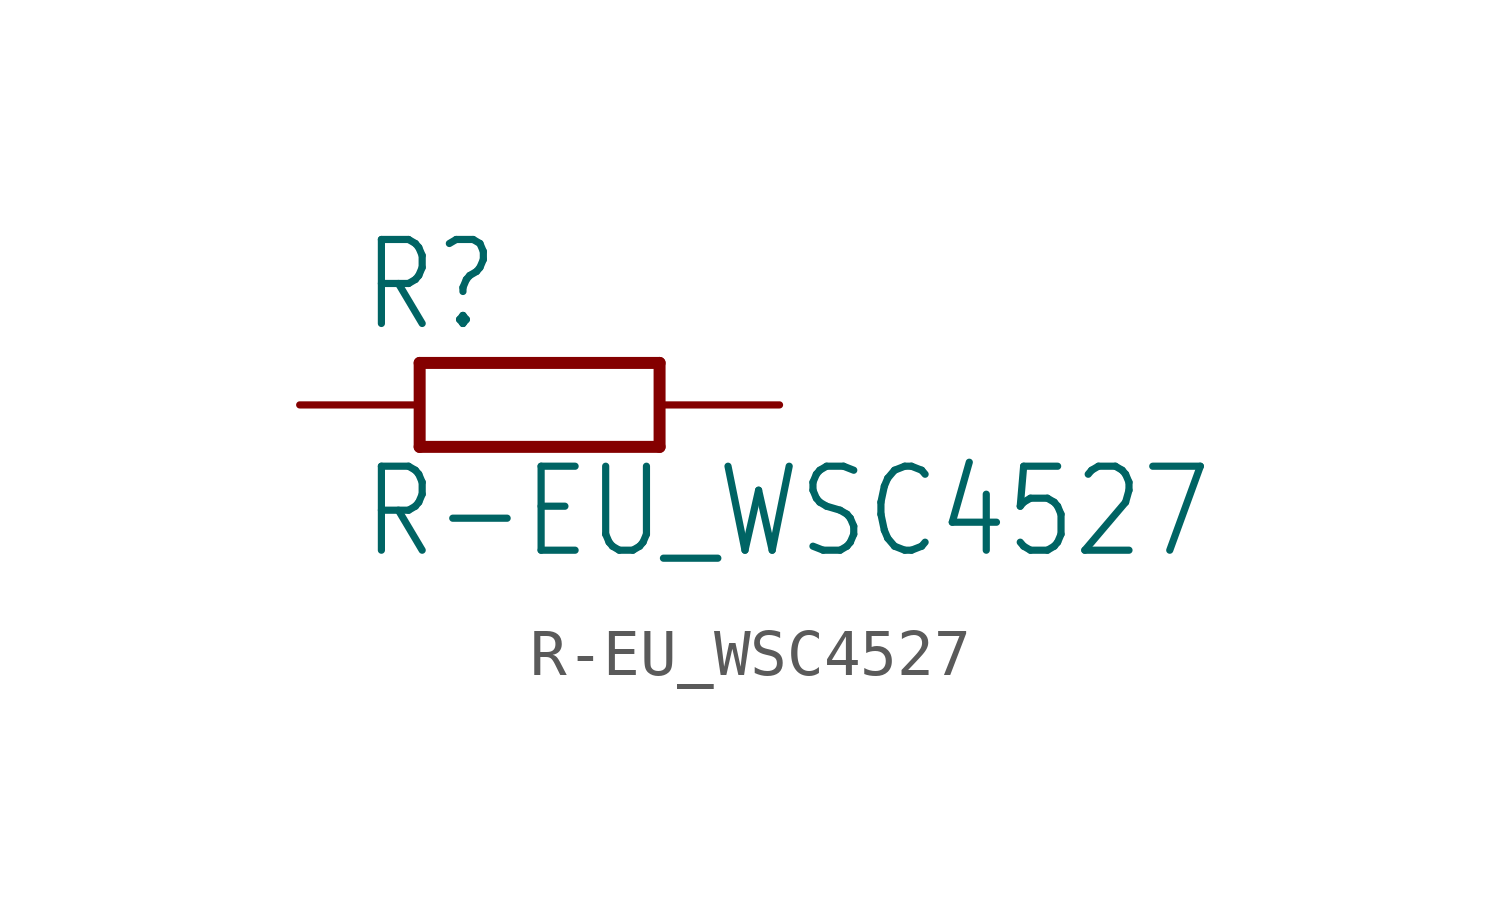
<source format=kicad_sym>
(kicad_symbol_lib
  (version 20210619)
  (generator kicad_symbol_editor)
  (symbol "R-EU_WSC4527"
    (property "Reference" "R"
      (at -3.81 1.499 0)
      (effects (font (size 1.778 1.511)) (justify left bottom)))
    (property "Value" "R-EU_WSC4527"
      (at -3.81 -3.302 0)
      (effects (font (size 1.778 1.511)) (justify left bottom)))
    (property "ki_locked" ""
      (at 0 0 0)
      (effects (font (size 1.27 1.27))))
    (symbol "R-EU_WSC4527_1_0"
      (polyline (pts (xy -2.54 -0.889) (xy -2.54 0.889)) (stroke (width 0.254)) (fill (type none)))
      (polyline (pts (xy -2.54 -0.889) (xy 2.54 -0.889)) (stroke (width 0.254)) (fill (type none)))
      (polyline (pts (xy 2.54 -0.889) (xy 2.54 0.889)) (stroke (width 0.254)) (fill (type none)))
      (polyline (pts (xy 2.54 0.889) (xy -2.54 0.889)) (stroke (width 0.254)) (fill (type none)))
      (pin passive line (at -5.08 0 0) (length 2.54) (name "1" (effects (font (size 0 0)))) (number "1" (effects (font (size 0 0)))))
      (pin passive line (at 5.08 0 180) (length 2.54) (name "2" (effects (font (size 0 0)))) (number "2" (effects (font (size 0 0))))))))
</source>
